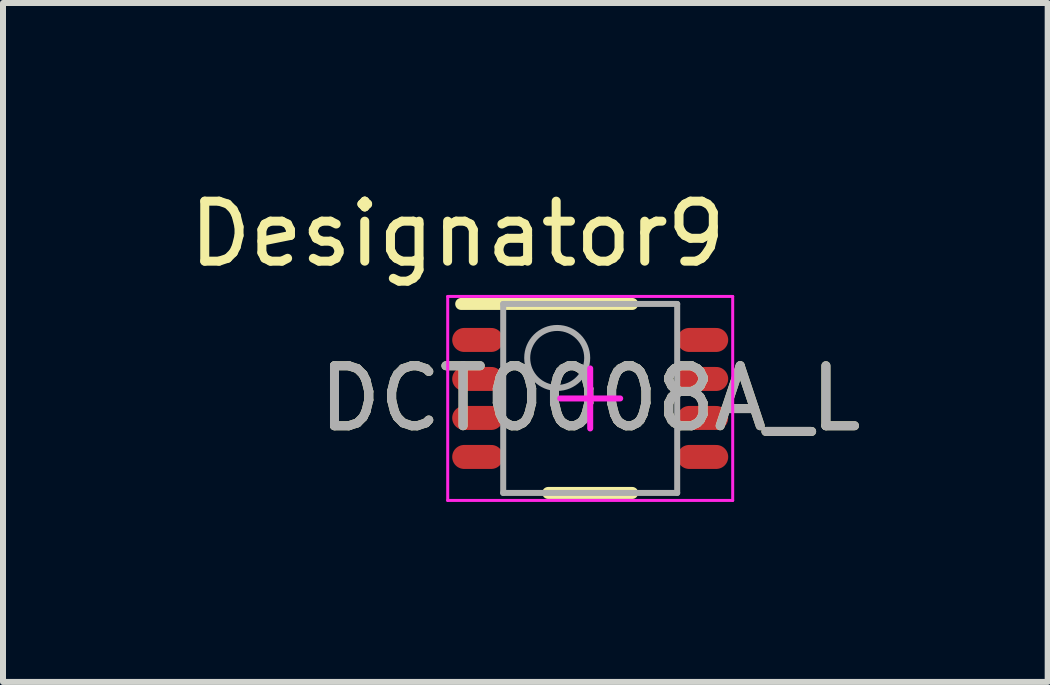
<source format=kicad_pcb>
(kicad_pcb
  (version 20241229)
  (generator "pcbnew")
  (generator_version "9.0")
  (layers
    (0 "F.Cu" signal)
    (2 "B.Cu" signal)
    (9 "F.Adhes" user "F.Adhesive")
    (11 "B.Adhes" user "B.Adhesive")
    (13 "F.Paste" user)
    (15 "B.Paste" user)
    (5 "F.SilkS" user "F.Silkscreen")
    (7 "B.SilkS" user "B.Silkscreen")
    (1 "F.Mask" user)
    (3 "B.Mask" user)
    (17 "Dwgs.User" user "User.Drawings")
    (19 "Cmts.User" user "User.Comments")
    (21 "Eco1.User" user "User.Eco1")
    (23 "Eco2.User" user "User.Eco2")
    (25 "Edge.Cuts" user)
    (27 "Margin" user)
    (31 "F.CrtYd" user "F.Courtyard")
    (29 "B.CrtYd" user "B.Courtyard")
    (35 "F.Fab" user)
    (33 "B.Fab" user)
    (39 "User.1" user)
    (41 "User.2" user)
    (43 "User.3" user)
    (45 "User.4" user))
  (footprint "DCT0008A_L"
    (layer "F.Cu")
    (at 6.787 3.591)
    (property "Reference" "DCT0008A_L" (at 0 0 0) (unlocked yes) (layer "F.SilkS") (effects (font (size 1 1) (thickness 0.15))))
    (attr smd)
    (fp_line (start -2.15 -1.575) (end 0.7 -1.575) (stroke (width 0.2) (type solid)) (layer "F.SilkS"))
    (fp_line (start -0.7 1.575) (end 0.7 1.575) (stroke (width 0.2) (type solid)) (layer "F.SilkS"))
    (fp_line (start -2.375 -1.7) (end 2.375 -1.7) (stroke (width 0.05) (type solid)) (layer "F.CrtYd"))
    (fp_line (start -2.375 1.7) (end -2.375 -1.7) (stroke (width 0.05) (type solid)) (layer "F.CrtYd"))
    (fp_line (start -2.375 1.7) (end 2.375 1.7) (stroke (width 0.05) (type solid)) (layer "F.CrtYd"))
    (fp_line (start -0.5 0) (end 0.5 0) (stroke (width 0.1) (type solid)) (layer "F.CrtYd"))
    (fp_line (start 0 0.5) (end 0 -0.5) (stroke (width 0.1) (type solid)) (layer "F.CrtYd"))
    (fp_line (start 2.375 1.7) (end 2.375 -1.7) (stroke (width 0.05) (type solid)) (layer "F.CrtYd"))
    (fp_line (start -1.45 -1.575) (end 1.45 -1.575) (stroke (width 0.1) (type solid)) (layer "F.Fab"))
    (fp_line (start -1.45 1.575) (end -1.45 -1.575) (stroke (width 0.1) (type solid)) (layer "F.Fab"))
    (fp_line (start -1.45 1.575) (end 1.45 1.575) (stroke (width 0.1) (type solid)) (layer "F.Fab"))
    (fp_line (start 1.45 1.575) (end 1.45 -1.575) (stroke (width 0.1) (type solid)) (layer "F.Fab"))
    (fp_circle (center -0.55 -0.675) (end -0.05 -0.675) (stroke (width 0.1) (type solid)) (fill no) (layer "F.Fab"))
    (fp_text user "Designator9" (at -2.21 -2.743 0) (unlocked yes) (layer "F.SilkS") (effects (font (size 1 1) (thickness 0.15))))
    (fp_text user "${REFERENCE}" (at 0 0 0) (unlocked yes) (layer "F.Fab") (effects (font (size 1 1) (thickness 0.15))))
    (pad "1" smd oval (at -1.875 -0.975 90) (size 0.4 0.85) (layers "F.Cu" "F.Mask" "F.Paste"))
    (pad "2" smd oval (at -1.875 -0.325 90) (size 0.4 0.85) (layers "F.Cu" "F.Mask" "F.Paste"))
    (pad "3" smd oval (at -1.875 0.325 90) (size 0.4 0.85) (layers "F.Cu" "F.Mask" "F.Paste"))
    (pad "4" smd oval (at -1.875 0.975 90) (size 0.4 0.85) (layers "F.Cu" "F.Mask" "F.Paste"))
    (pad "5" smd oval (at 1.875 0.975 90) (size 0.4 0.85) (layers "F.Cu" "F.Mask" "F.Paste"))
    (pad "6" smd oval (at 1.875 0.325 90) (size 0.4 0.85) (layers "F.Cu" "F.Mask" "F.Paste"))
    (pad "7" smd oval (at 1.875 -0.325 90) (size 0.4 0.85) (layers "F.Cu" "F.Mask" "F.Paste"))
    (pad "8" smd oval (at 1.875 -0.975 90) (size 0.4 0.85) (layers "F.Cu" "F.Mask" "F.Paste")))
  (gr_rect
    (start -3 -3)
    (end 14.412 8.316)
    (stroke (width 0.1) (type default))
    (fill no)
    (layer "Edge.Cuts")))
</source>
